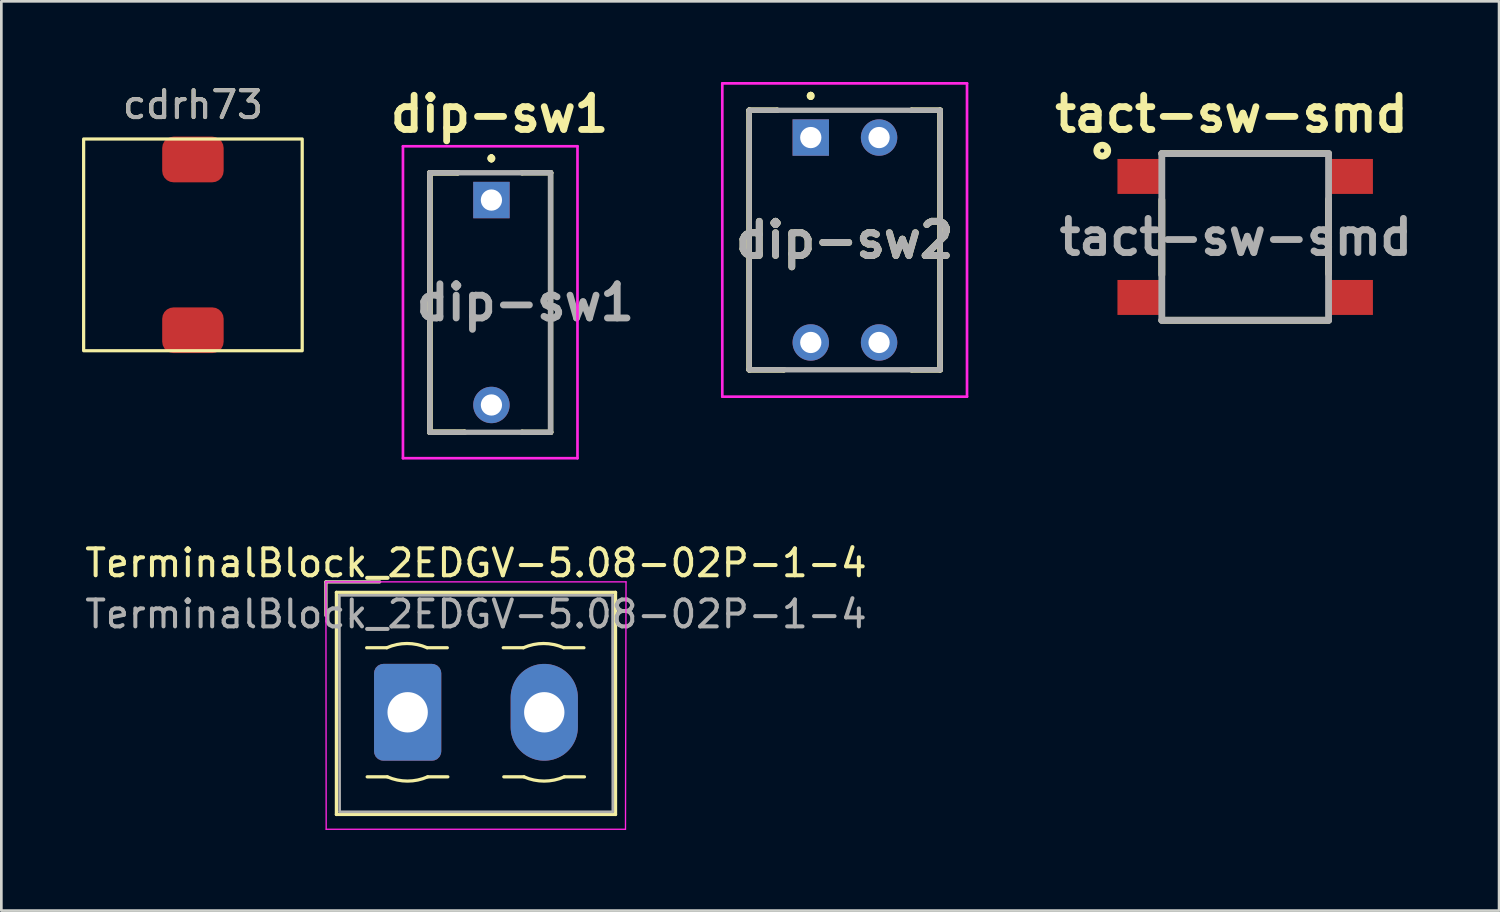
<source format=kicad_pcb>
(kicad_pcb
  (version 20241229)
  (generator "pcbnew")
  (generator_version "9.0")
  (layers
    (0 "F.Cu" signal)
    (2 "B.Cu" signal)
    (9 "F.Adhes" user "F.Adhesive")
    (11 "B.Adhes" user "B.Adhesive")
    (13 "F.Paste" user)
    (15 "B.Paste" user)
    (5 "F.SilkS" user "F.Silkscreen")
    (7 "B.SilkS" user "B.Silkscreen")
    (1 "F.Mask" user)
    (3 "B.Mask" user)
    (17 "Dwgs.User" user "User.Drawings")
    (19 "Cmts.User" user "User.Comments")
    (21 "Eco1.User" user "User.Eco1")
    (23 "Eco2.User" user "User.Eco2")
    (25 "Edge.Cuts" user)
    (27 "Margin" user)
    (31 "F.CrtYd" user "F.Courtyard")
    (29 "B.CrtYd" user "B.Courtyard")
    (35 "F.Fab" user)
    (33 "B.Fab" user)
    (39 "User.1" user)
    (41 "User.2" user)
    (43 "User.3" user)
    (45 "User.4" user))
  (footprint "tact-sw-smd"
    (layer "F.Cu")
    (at 43.253 5.761)
    (property "Reference" "tact-sw-smd" (at -0.508 -4.572 0) (layer "F.SilkS") (effects (font (size 1.27 1.27) (thickness 0.254))))
    (attr smd)
    (fp_line (start -3.1 -3.1) (end 3.1 -3.1) (stroke (width 0.254) (type solid)) (layer "F.SilkS"))
    (fp_line (start -3.1 -1.383) (end -3.1 1.407) (stroke (width 0.254) (type solid)) (layer "F.SilkS"))
    (fp_line (start -3.1 3.1) (end 3.1 3.1) (stroke (width 0.254) (type solid)) (layer "F.SilkS"))
    (fp_line (start 3.1 -1.397) (end 3.1 1.364) (stroke (width 0.254) (type solid)) (layer "F.SilkS"))
    (fp_circle (center -5.315 -3.209) (end -5.315 -3.133) (stroke (width 0.254) (type solid)) (fill no) (layer "F.SilkS"))
    (fp_line (start -3.1 -3.1) (end 3.1 -3.1) (stroke (width 0.254) (type solid)) (layer "F.Fab"))
    (fp_line (start -3.1 3.1) (end -3.1 -3.1) (stroke (width 0.254) (type solid)) (layer "F.Fab"))
    (fp_line (start 3.1 -3.1) (end 3.1 3.1) (stroke (width 0.254) (type solid)) (layer "F.Fab"))
    (fp_line (start 3.1 3.1) (end -3.1 3.1) (stroke (width 0.254) (type solid)) (layer "F.Fab"))
    (fp_text user "${REFERENCE}" (at -0.345 0.005 0) (layer "F.Fab") (effects (font (size 1.27 1.27) (thickness 0.254))))
    (pad "1" smd rect (at -3.975 -2.25 90) (size 1.3 1.55) (layers "F.Cu" "F.Mask" "F.Paste"))
    (pad "2" smd rect (at -3.975 2.25 90) (size 1.3 1.55) (layers "F.Cu" "F.Mask" "F.Paste"))
    (pad "3" smd rect (at 3.975 -2.25 90) (size 1.3 1.55) (layers "F.Cu" "F.Mask" "F.Paste"))
    (pad "4" smd rect (at 3.975 2.25 90) (size 1.3 1.55) (layers "F.Cu" "F.Mask" "F.Paste")))
  (footprint "TerminalBlock_2EDGV-5.08-02P-1-4"
    (layer "F.Cu")
    (at 12.109 23.437)
    (property "Reference" "TerminalBlock_2EDGV-5.08-02P-1-4" (at 2.54 -5.55 0) (layer "F.SilkS") (effects (font (size 1 1) (thickness 0.15))))
    (attr through_hole)
    (fp_line (start -3.04 -4.85) (end -1.04 -4.85) (stroke (width 0.12) (type solid)) (layer "F.SilkS"))
    (fp_line (start -3.04 -3.6) (end -3.04 -4.85) (stroke (width 0.12) (type solid)) (layer "F.SilkS"))
    (fp_line (start -2.65 -4.46) (end -2.65 3.8) (stroke (width 0.12) (type solid)) (layer "F.SilkS"))
    (fp_line (start -2.65 3.8) (end 7.73 3.8) (stroke (width 0.12) (type solid)) (layer "F.SilkS"))
    (fp_line (start -1.505 2.4) (end -0.755 2.4) (stroke (width 0.12) (type solid)) (layer "F.SilkS"))
    (fp_line (start -0.775 -2.4) (end -1.525 -2.4) (stroke (width 0.12) (type solid)) (layer "F.SilkS"))
    (fp_line (start 0.745 2.4) (end 1.495 2.4) (stroke (width 0.12) (type solid)) (layer "F.SilkS"))
    (fp_line (start 1.475 -2.4) (end 0.725 -2.4) (stroke (width 0.12) (type solid)) (layer "F.SilkS"))
    (fp_line (start 3.575 2.4) (end 4.325 2.4) (stroke (width 0.12) (type solid)) (layer "F.SilkS"))
    (fp_line (start 4.305 -2.4) (end 3.555 -2.4) (stroke (width 0.12) (type solid)) (layer "F.SilkS"))
    (fp_line (start 5.825 2.4) (end 6.575 2.4) (stroke (width 0.12) (type solid)) (layer "F.SilkS"))
    (fp_line (start 6.555 -2.4) (end 5.805 -2.4) (stroke (width 0.12) (type solid)) (layer "F.SilkS"))
    (fp_line (start 7.73 -4.46) (end -2.65 -4.46) (stroke (width 0.12) (type solid)) (layer "F.SilkS"))
    (fp_line (start 7.73 3.8) (end 7.73 -4.46) (stroke (width 0.12) (type solid)) (layer "F.SilkS"))
    (fp_arc (start -0.775 -2.4) (mid -0.025193 -2.55809) (end 0.724647 -2.400156) (stroke (width 0.12) (type solid)) (layer "F.SilkS"))
    (fp_arc (start 0.745 2.4) (mid -0.004807 2.55809) (end -0.754647 2.400156) (stroke (width 0.12) (type solid)) (layer "F.SilkS"))
    (fp_arc (start 4.305 -2.4) (mid 5.054807 -2.55809) (end 5.804647 -2.400156) (stroke (width 0.12) (type solid)) (layer "F.SilkS"))
    (fp_arc (start 5.825 2.4) (mid 5.075193 2.55809) (end 4.325353 2.400156) (stroke (width 0.12) (type solid)) (layer "F.SilkS"))
    (fp_line (start -3.04 -4.85) (end -3.03 4.35) (stroke (width 0.05) (type solid)) (layer "F.CrtYd"))
    (fp_line (start -3.03 4.35) (end 8.1 4.35) (stroke (width 0.05) (type solid)) (layer "F.CrtYd"))
    (fp_line (start 8.1 4.35) (end 8.12 -4.85) (stroke (width 0.05) (type solid)) (layer "F.CrtYd"))
    (fp_line (start 8.12 -4.85) (end -3.04 -4.85) (stroke (width 0.05) (type solid)) (layer "F.CrtYd"))
    (fp_line (start -3.04 -4.85) (end -1.04 -4.85) (stroke (width 0.1) (type solid)) (layer "F.Fab"))
    (fp_line (start -3.04 -3.6) (end -3.04 -4.85) (stroke (width 0.1) (type solid)) (layer "F.Fab"))
    (fp_line (start -2.54 -4.35) (end -2.53 3.7) (stroke (width 0.1) (type solid)) (layer "F.Fab"))
    (fp_line (start -2.53 3.7) (end 7.63 3.7) (stroke (width 0.1) (type solid)) (layer "F.Fab"))
    (fp_line (start 7.62 -4.35) (end -2.54 -4.35) (stroke (width 0.1) (type solid)) (layer "F.Fab"))
    (fp_line (start 7.63 3.7) (end 7.62 -4.35) (stroke (width 0.1) (type solid)) (layer "F.Fab"))
    (fp_text user "${REFERENCE}" (at 2.54 -3.65 0) (layer "F.Fab") (effects (font (size 1 1) (thickness 0.15))))
    (pad "1" thru_hole roundrect (at 0 0) (size 2.5 3.6) (drill 1.5) (layers "*.Cu" "*.Mask") (roundrect_rratio 0.139))
    (pad "2" thru_hole oval (at 5.08 0) (size 2.5 3.6) (drill 1.5) (layers "*.Cu" "*.Mask")))
  (footprint "dip-sw2"
    (layer "F.Cu")
    (at 27.099 2.065)
    (property "Reference" "dip-sw2" (at 1.26 3.81 0) (layer "F.SilkS") (effects (font (size 1.27 1.27) (thickness 0.254))))
    (attr through_hole)
    (fp_line (start -2.29 -1.015) (end -2.29 -1.015) (stroke (width 0.2) (type solid)) (layer "F.SilkS"))
    (fp_line (start -2.29 -1.015) (end -2.29 -1.015) (stroke (width 0.2) (type solid)) (layer "F.SilkS"))
    (fp_line (start -2.29 -1.015) (end -2.29 8.635) (stroke (width 0.2) (type solid)) (layer "F.SilkS"))
    (fp_line (start -2.29 -1.015) (end -1.25 -1.015) (stroke (width 0.2) (type solid)) (layer "F.SilkS"))
    (fp_line (start -2.29 8.635) (end -2.29 -1.015) (stroke (width 0.2) (type solid)) (layer "F.SilkS"))
    (fp_line (start -2.29 8.635) (end -2.29 8.635) (stroke (width 0.2) (type solid)) (layer "F.SilkS"))
    (fp_line (start -2.29 8.635) (end -2.29 8.635) (stroke (width 0.2) (type solid)) (layer "F.SilkS"))
    (fp_line (start -2.29 8.635) (end -1 8.635) (stroke (width 0.2) (type solid)) (layer "F.SilkS"))
    (fp_line (start -1.25 -1.015) (end -2.29 -1.015) (stroke (width 0.2) (type solid)) (layer "F.SilkS"))
    (fp_line (start -1.25 -1.015) (end -1.25 -1.015) (stroke (width 0.2) (type solid)) (layer "F.SilkS"))
    (fp_line (start -1 8.635) (end -2.29 8.635) (stroke (width 0.2) (type solid)) (layer "F.SilkS"))
    (fp_line (start -1 8.635) (end -1 8.635) (stroke (width 0.2) (type solid)) (layer "F.SilkS"))
    (fp_line (start 0 -1.6) (end 0 -1.6) (stroke (width 0.2) (type solid)) (layer "F.SilkS"))
    (fp_line (start 0 -1.6) (end 0 -1.6) (stroke (width 0.2) (type solid)) (layer "F.SilkS"))
    (fp_line (start 0 -1.5) (end 0 -1.5) (stroke (width 0.2) (type solid)) (layer "F.SilkS"))
    (fp_line (start 3.75 -1.015) (end 3.75 -1.015) (stroke (width 0.2) (type solid)) (layer "F.SilkS"))
    (fp_line (start 3.75 -1.015) (end 4.81 -1.015) (stroke (width 0.2) (type solid)) (layer "F.SilkS"))
    (fp_line (start 3.75 8.635) (end 3.75 8.635) (stroke (width 0.2) (type solid)) (layer "F.SilkS"))
    (fp_line (start 3.75 8.635) (end 4.81 8.635) (stroke (width 0.2) (type solid)) (layer "F.SilkS"))
    (fp_line (start 4.81 -1.015) (end 3.75 -1.015) (stroke (width 0.2) (type solid)) (layer "F.SilkS"))
    (fp_line (start 4.81 -1.015) (end 4.81 -1.015) (stroke (width 0.2) (type solid)) (layer "F.SilkS"))
    (fp_line (start 4.81 -1.015) (end 4.81 -1.015) (stroke (width 0.2) (type solid)) (layer "F.SilkS"))
    (fp_line (start 4.81 -1.015) (end 4.81 8.635) (stroke (width 0.2) (type solid)) (layer "F.SilkS"))
    (fp_line (start 4.81 8.635) (end 3.75 8.635) (stroke (width 0.2) (type solid)) (layer "F.SilkS"))
    (fp_line (start 4.81 8.635) (end 4.81 -1.015) (stroke (width 0.2) (type solid)) (layer "F.SilkS"))
    (fp_line (start 4.81 8.635) (end 4.81 8.635) (stroke (width 0.2) (type solid)) (layer "F.SilkS"))
    (fp_line (start 4.81 8.635) (end 4.81 8.635) (stroke (width 0.2) (type solid)) (layer "F.SilkS"))
    (fp_arc (start 0 -1.6) (mid 0.05 -1.55) (end 0 -1.5) (stroke (width 0.2) (type solid)) (layer "F.SilkS"))
    (fp_arc (start 0 -1.5) (mid -0.05 -1.55) (end 0 -1.6) (stroke (width 0.2) (type solid)) (layer "F.SilkS"))
    (fp_arc (start 0 -1.5) (mid -0.05 -1.55) (end 0 -1.6) (stroke (width 0.2) (type solid)) (layer "F.SilkS"))
    (fp_line (start -3.29 -2.015) (end 5.81 -2.015) (stroke (width 0.1) (type solid)) (layer "F.CrtYd"))
    (fp_line (start -3.29 9.635) (end -3.29 -2.015) (stroke (width 0.1) (type solid)) (layer "F.CrtYd"))
    (fp_line (start 5.81 -2.015) (end 5.81 9.635) (stroke (width 0.1) (type solid)) (layer "F.CrtYd"))
    (fp_line (start 5.81 9.635) (end -3.29 9.635) (stroke (width 0.1) (type solid)) (layer "F.CrtYd"))
    (fp_line (start -2.29 -1.015) (end -2.29 8.635) (stroke (width 0.2) (type solid)) (layer "F.Fab"))
    (fp_line (start -2.29 8.635) (end 4.81 8.635) (stroke (width 0.2) (type solid)) (layer "F.Fab"))
    (fp_line (start 4.81 -1.015) (end -2.29 -1.015) (stroke (width 0.2) (type solid)) (layer "F.Fab"))
    (fp_line (start 4.81 8.635) (end 4.81 -1.015) (stroke (width 0.2) (type solid)) (layer "F.Fab"))
    (fp_text user "${REFERENCE}" (at 1.26 3.81 0) (layer "F.Fab") (effects (font (size 1.27 1.27) (thickness 0.254))))
    (pad "1" thru_hole rect (at 0 0) (size 1.354 1.354) (drill 0.79) (layers "*.Cu" "*.Mask"))
    (pad "2" thru_hole circle (at 0 7.62) (size 1.354 1.354) (drill 0.79) (layers "*.Cu" "*.Mask"))
    (pad "3" thru_hole circle (at 2.54 0) (size 1.354 1.354) (drill 0.79) (layers "*.Cu" "*.Mask"))
    (pad "4" thru_hole circle (at 2.54 7.62) (size 1.354 1.354) (drill 0.79) (layers "*.Cu" "*.Mask")))
  (footprint "dip-sw1"
    (layer "F.Cu")
    (at 15.224 4.389)
    (property "Reference" "dip-sw1" (at 0.3 -3.2 0) (layer "F.SilkS") (effects (font (size 1.27 1.27) (thickness 0.254))))
    (attr through_hole)
    (fp_line (start -2.29 -1.015) (end -2.29 -1.015) (stroke (width 0.2) (type solid)) (layer "F.SilkS"))
    (fp_line (start -2.29 -1.015) (end -2.29 -1.015) (stroke (width 0.2) (type solid)) (layer "F.SilkS"))
    (fp_line (start -2.29 -1.015) (end -2.29 8.635) (stroke (width 0.2) (type solid)) (layer "F.SilkS"))
    (fp_line (start -2.29 -1.015) (end -1.25 -1.015) (stroke (width 0.2) (type solid)) (layer "F.SilkS"))
    (fp_line (start -2.29 8.635) (end -2.29 -1.015) (stroke (width 0.2) (type solid)) (layer "F.SilkS"))
    (fp_line (start -2.29 8.635) (end -2.29 8.635) (stroke (width 0.2) (type solid)) (layer "F.SilkS"))
    (fp_line (start -2.29 8.635) (end -2.29 8.635) (stroke (width 0.2) (type solid)) (layer "F.SilkS"))
    (fp_line (start -2.29 8.635) (end -1 8.635) (stroke (width 0.2) (type solid)) (layer "F.SilkS"))
    (fp_line (start -1.25 -1.015) (end -2.29 -1.015) (stroke (width 0.2) (type solid)) (layer "F.SilkS"))
    (fp_line (start -1.25 -1.015) (end -1.25 -1.015) (stroke (width 0.2) (type solid)) (layer "F.SilkS"))
    (fp_line (start -1 8.635) (end -2.29 8.635) (stroke (width 0.2) (type solid)) (layer "F.SilkS"))
    (fp_line (start -1 8.635) (end -1 8.635) (stroke (width 0.2) (type solid)) (layer "F.SilkS"))
    (fp_line (start 0 -1.6) (end 0 -1.6) (stroke (width 0.2) (type solid)) (layer "F.SilkS"))
    (fp_line (start 0 -1.6) (end 0 -1.6) (stroke (width 0.2) (type solid)) (layer "F.SilkS"))
    (fp_line (start 0 -1.5) (end 0 -1.5) (stroke (width 0.2) (type solid)) (layer "F.SilkS"))
    (fp_line (start 1.14 -1.015) (end 1.14 -1.015) (stroke (width 0.2) (type solid)) (layer "F.SilkS"))
    (fp_line (start 1.14 8.635) (end 1.14 8.635) (stroke (width 0.2) (type solid)) (layer "F.SilkS"))
    (fp_line (start 1.14 8.635) (end 2.2 8.635) (stroke (width 0.2) (type solid)) (layer "F.SilkS"))
    (fp_line (start 2.2 -1.015) (end 1.14 -1.015) (stroke (width 0.2) (type solid)) (layer "F.SilkS"))
    (fp_line (start 2.2 -1.015) (end 2.2 -1.015) (stroke (width 0.2) (type solid)) (layer "F.SilkS"))
    (fp_line (start 2.2 -1.015) (end 2.2 -1.015) (stroke (width 0.2) (type solid)) (layer "F.SilkS"))
    (fp_line (start 2.2 -1.015) (end 2.2 8.635) (stroke (width 0.2) (type solid)) (layer "F.SilkS"))
    (fp_line (start 2.2 8.635) (end 2.2 8.635) (stroke (width 0.2) (type solid)) (layer "F.SilkS"))
    (fp_line (start 2.2 8.635) (end 2.2 8.635) (stroke (width 0.2) (type solid)) (layer "F.SilkS"))
    (fp_arc (start 0 -1.6) (mid 0.05 -1.55) (end 0 -1.5) (stroke (width 0.2) (type solid)) (layer "F.SilkS"))
    (fp_arc (start 0 -1.5) (mid -0.05 -1.55) (end 0 -1.6) (stroke (width 0.2) (type solid)) (layer "F.SilkS"))
    (fp_arc (start 0 -1.5) (mid -0.05 -1.55) (end 0 -1.6) (stroke (width 0.2) (type solid)) (layer "F.SilkS"))
    (fp_line (start -3.29 -2) (end 3.2 -2) (stroke (width 0.1) (type solid)) (layer "F.CrtYd"))
    (fp_line (start -3.29 9.6) (end -3.29 -2) (stroke (width 0.1) (type solid)) (layer "F.CrtYd"))
    (fp_line (start 3.2 -2) (end 3.2 9.6) (stroke (width 0.1) (type solid)) (layer "F.CrtYd"))
    (fp_line (start 3.2 9.6) (end -3.29 9.6) (stroke (width 0.1) (type solid)) (layer "F.CrtYd"))
    (fp_line (start -2.29 -1.015) (end -2.29 8.635) (stroke (width 0.2) (type solid)) (layer "F.Fab"))
    (fp_line (start -2.29 8.635) (end 2.2 8.635) (stroke (width 0.2) (type solid)) (layer "F.Fab"))
    (fp_line (start 2.2 -1.015) (end -2.29 -1.015) (stroke (width 0.2) (type solid)) (layer "F.Fab"))
    (fp_line (start 2.2 8.635) (end 2.2 -1.015) (stroke (width 0.2) (type solid)) (layer "F.Fab"))
    (fp_text user "${REFERENCE}" (at 1.26 3.81 0) (layer "F.Fab") (effects (font (size 1.27 1.27) (thickness 0.254))))
    (pad "1" thru_hole rect (at 0 0) (size 1.354 1.354) (drill 0.79) (layers "*.Cu" "*.Mask"))
    (pad "2" thru_hole circle (at 0 7.62) (size 1.354 1.354) (drill 0.79) (layers "*.Cu" "*.Mask")))
  (footprint "cdrh73"
    (layer "F.Cu")
    (at 4.124 6.182)
    (property "Reference" "cdrh73" (at 0 -5.334 0) (unlocked yes) (layer "F.SilkS") (effects (font (size 1 1) (thickness 0.15))))
    (attr smd)
    (fp_rect (start 4.064 -4.064) (end -4.064 3.81) (stroke (width 0.12) (type solid)) (fill no) (layer "F.SilkS"))
    (fp_text user "${REFERENCE}" (at 0 -5.334 0) (unlocked yes) (layer "F.Fab") (effects (font (size 1 1) (thickness 0.15))))
    (pad "1" smd roundrect (at 0 -3.302) (size 2.286 1.7) (layers "F.Cu" "F.Mask" "F.Paste") (roundrect_rratio 0.25))
    (pad "2" smd roundrect (at 0 3.048) (size 2.286 1.7) (layers "F.Cu" "F.Mask" "F.Paste") (roundrect_rratio 0.25)))
  (gr_rect
    (start -3 -3)
    (end 52.694 30.812)
    (stroke (width 0.1) (type default))
    (fill no)
    (layer "Edge.Cuts")))
</source>
